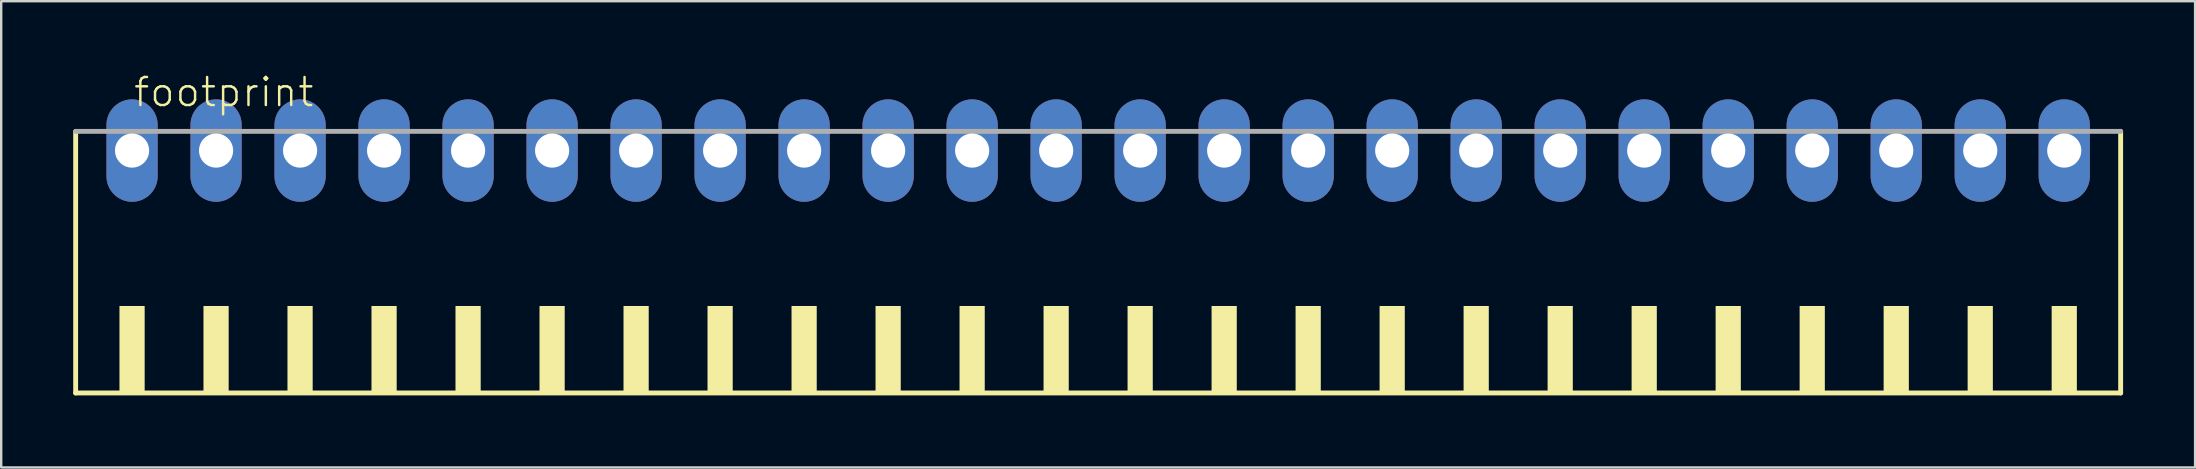
<source format=kicad_pcb>
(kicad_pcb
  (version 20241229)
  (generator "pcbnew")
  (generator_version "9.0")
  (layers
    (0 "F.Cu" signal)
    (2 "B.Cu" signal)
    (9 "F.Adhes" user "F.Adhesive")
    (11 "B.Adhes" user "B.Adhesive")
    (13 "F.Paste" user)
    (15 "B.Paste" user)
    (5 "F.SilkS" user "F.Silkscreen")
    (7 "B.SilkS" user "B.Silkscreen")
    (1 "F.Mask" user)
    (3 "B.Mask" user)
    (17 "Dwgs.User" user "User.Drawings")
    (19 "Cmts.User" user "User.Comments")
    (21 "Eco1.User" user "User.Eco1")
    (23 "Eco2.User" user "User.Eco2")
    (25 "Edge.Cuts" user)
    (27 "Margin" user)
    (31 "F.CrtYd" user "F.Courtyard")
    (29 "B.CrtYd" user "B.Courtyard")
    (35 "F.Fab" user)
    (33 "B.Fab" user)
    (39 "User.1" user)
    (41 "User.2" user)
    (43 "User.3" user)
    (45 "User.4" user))
  (footprint "footprint"
    (layer "F.Cu")
    (at 42.702 8.473)
    (property "Reference" "footprint" (at -40.25 -7 0) (layer "F.SilkS") (effects (font (size 1.168 1.168) (thickness 0.102)) (justify left bottom)))
    (fp_line (start -42.6 -6.05) (end -42.6 4.85) (stroke (width 0.203) (type solid)) (layer "F.SilkS"))
    (fp_line (start -42.6 4.85) (end 42.6 4.85) (stroke (width 0.203) (type solid)) (layer "F.SilkS"))
    (fp_line (start 42.6 4.85) (end 42.6 -6.05) (stroke (width 0.203) (type solid)) (layer "F.SilkS"))
    (fp_poly (pts (xy -40.775 4.9) (xy -39.725 4.9) (xy -39.725 1.225) (xy -40.775 1.225)) (stroke (width 0) (type solid)) (fill yes) (layer "F.SilkS"))
    (fp_poly (pts (xy -37.275 4.9) (xy -36.225 4.9) (xy -36.225 1.225) (xy -37.275 1.225)) (stroke (width 0) (type solid)) (fill yes) (layer "F.SilkS"))
    (fp_poly (pts (xy -33.775 4.9) (xy -32.725 4.9) (xy -32.725 1.225) (xy -33.775 1.225)) (stroke (width 0) (type solid)) (fill yes) (layer "F.SilkS"))
    (fp_poly (pts (xy -30.275 4.9) (xy -29.225 4.9) (xy -29.225 1.225) (xy -30.275 1.225)) (stroke (width 0) (type solid)) (fill yes) (layer "F.SilkS"))
    (fp_poly (pts (xy -26.775 4.9) (xy -25.725 4.9) (xy -25.725 1.225) (xy -26.775 1.225)) (stroke (width 0) (type solid)) (fill yes) (layer "F.SilkS"))
    (fp_poly (pts (xy -23.275 4.9) (xy -22.225 4.9) (xy -22.225 1.225) (xy -23.275 1.225)) (stroke (width 0) (type solid)) (fill yes) (layer "F.SilkS"))
    (fp_poly (pts (xy -19.775 4.9) (xy -18.725 4.9) (xy -18.725 1.225) (xy -19.775 1.225)) (stroke (width 0) (type solid)) (fill yes) (layer "F.SilkS"))
    (fp_poly (pts (xy -16.275 4.9) (xy -15.225 4.9) (xy -15.225 1.225) (xy -16.275 1.225)) (stroke (width 0) (type solid)) (fill yes) (layer "F.SilkS"))
    (fp_poly (pts (xy -12.775 4.9) (xy -11.725 4.9) (xy -11.725 1.225) (xy -12.775 1.225)) (stroke (width 0) (type solid)) (fill yes) (layer "F.SilkS"))
    (fp_poly (pts (xy -9.275 4.9) (xy -8.225 4.9) (xy -8.225 1.225) (xy -9.275 1.225)) (stroke (width 0) (type solid)) (fill yes) (layer "F.SilkS"))
    (fp_poly (pts (xy -5.775 4.9) (xy -4.725 4.9) (xy -4.725 1.225) (xy -5.775 1.225)) (stroke (width 0) (type solid)) (fill yes) (layer "F.SilkS"))
    (fp_poly (pts (xy -2.275 4.9) (xy -1.225 4.9) (xy -1.225 1.225) (xy -2.275 1.225)) (stroke (width 0) (type solid)) (fill yes) (layer "F.SilkS"))
    (fp_poly (pts (xy 1.225 4.9) (xy 2.275 4.9) (xy 2.275 1.225) (xy 1.225 1.225)) (stroke (width 0) (type solid)) (fill yes) (layer "F.SilkS"))
    (fp_poly (pts (xy 4.725 4.9) (xy 5.775 4.9) (xy 5.775 1.225) (xy 4.725 1.225)) (stroke (width 0) (type solid)) (fill yes) (layer "F.SilkS"))
    (fp_poly (pts (xy 8.225 4.9) (xy 9.275 4.9) (xy 9.275 1.225) (xy 8.225 1.225)) (stroke (width 0) (type solid)) (fill yes) (layer "F.SilkS"))
    (fp_poly (pts (xy 11.725 4.9) (xy 12.775 4.9) (xy 12.775 1.225) (xy 11.725 1.225)) (stroke (width 0) (type solid)) (fill yes) (layer "F.SilkS"))
    (fp_poly (pts (xy 15.225 4.9) (xy 16.275 4.9) (xy 16.275 1.225) (xy 15.225 1.225)) (stroke (width 0) (type solid)) (fill yes) (layer "F.SilkS"))
    (fp_poly (pts (xy 18.725 4.9) (xy 19.775 4.9) (xy 19.775 1.225) (xy 18.725 1.225)) (stroke (width 0) (type solid)) (fill yes) (layer "F.SilkS"))
    (fp_poly (pts (xy 22.225 4.9) (xy 23.275 4.9) (xy 23.275 1.225) (xy 22.225 1.225)) (stroke (width 0) (type solid)) (fill yes) (layer "F.SilkS"))
    (fp_poly (pts (xy 25.725 4.9) (xy 26.775 4.9) (xy 26.775 1.225) (xy 25.725 1.225)) (stroke (width 0) (type solid)) (fill yes) (layer "F.SilkS"))
    (fp_poly (pts (xy 29.225 4.9) (xy 30.275 4.9) (xy 30.275 1.225) (xy 29.225 1.225)) (stroke (width 0) (type solid)) (fill yes) (layer "F.SilkS"))
    (fp_poly (pts (xy 32.725 4.9) (xy 33.775 4.9) (xy 33.775 1.225) (xy 32.725 1.225)) (stroke (width 0) (type solid)) (fill yes) (layer "F.SilkS"))
    (fp_poly (pts (xy 36.225 4.9) (xy 37.275 4.9) (xy 37.275 1.225) (xy 36.225 1.225)) (stroke (width 0) (type solid)) (fill yes) (layer "F.SilkS"))
    (fp_poly (pts (xy 39.725 4.9) (xy 40.775 4.9) (xy 40.775 1.225) (xy 39.725 1.225)) (stroke (width 0) (type solid)) (fill yes) (layer "F.SilkS"))
    (fp_line (start 42.6 -6.05) (end -42.6 -6.05) (stroke (width 0.203) (type solid)) (layer "F.Fab"))
    (pad "1" thru_hole oval (at -40.25 -5.25 90) (size 4.267 2.134) (drill 1.422) (layers "*.Cu" "*.Mask"))
    (pad "2" thru_hole oval (at -36.75 -5.25 90) (size 4.267 2.134) (drill 1.422) (layers "*.Cu" "*.Mask"))
    (pad "3" thru_hole oval (at -33.25 -5.25 90) (size 4.267 2.134) (drill 1.422) (layers "*.Cu" "*.Mask"))
    (pad "4" thru_hole oval (at -29.75 -5.25 90) (size 4.267 2.134) (drill 1.422) (layers "*.Cu" "*.Mask"))
    (pad "5" thru_hole oval (at -26.25 -5.25 90) (size 4.267 2.134) (drill 1.422) (layers "*.Cu" "*.Mask"))
    (pad "6" thru_hole oval (at -22.75 -5.25 90) (size 4.267 2.134) (drill 1.422) (layers "*.Cu" "*.Mask"))
    (pad "7" thru_hole oval (at -19.25 -5.25 90) (size 4.267 2.134) (drill 1.422) (layers "*.Cu" "*.Mask"))
    (pad "8" thru_hole oval (at -15.75 -5.25 90) (size 4.267 2.134) (drill 1.422) (layers "*.Cu" "*.Mask"))
    (pad "9" thru_hole oval (at -12.25 -5.25 90) (size 4.267 2.134) (drill 1.422) (layers "*.Cu" "*.Mask"))
    (pad "10" thru_hole oval (at -8.75 -5.25 90) (size 4.267 2.134) (drill 1.422) (layers "*.Cu" "*.Mask"))
    (pad "11" thru_hole oval (at -5.25 -5.25 90) (size 4.267 2.134) (drill 1.422) (layers "*.Cu" "*.Mask"))
    (pad "12" thru_hole oval (at -1.75 -5.25 90) (size 4.267 2.134) (drill 1.422) (layers "*.Cu" "*.Mask"))
    (pad "13" thru_hole oval (at 1.75 -5.25 90) (size 4.267 2.134) (drill 1.422) (layers "*.Cu" "*.Mask"))
    (pad "14" thru_hole oval (at 5.25 -5.25 90) (size 4.267 2.134) (drill 1.422) (layers "*.Cu" "*.Mask"))
    (pad "15" thru_hole oval (at 8.75 -5.25 90) (size 4.267 2.134) (drill 1.422) (layers "*.Cu" "*.Mask"))
    (pad "16" thru_hole oval (at 12.25 -5.25 90) (size 4.267 2.134) (drill 1.422) (layers "*.Cu" "*.Mask"))
    (pad "17" thru_hole oval (at 15.75 -5.25 90) (size 4.267 2.134) (drill 1.422) (layers "*.Cu" "*.Mask"))
    (pad "18" thru_hole oval (at 19.25 -5.25 90) (size 4.267 2.134) (drill 1.422) (layers "*.Cu" "*.Mask"))
    (pad "19" thru_hole oval (at 22.75 -5.25 90) (size 4.267 2.134) (drill 1.422) (layers "*.Cu" "*.Mask"))
    (pad "20" thru_hole oval (at 26.25 -5.25 90) (size 4.267 2.134) (drill 1.422) (layers "*.Cu" "*.Mask"))
    (pad "21" thru_hole oval (at 29.75 -5.25 90) (size 4.267 2.134) (drill 1.422) (layers "*.Cu" "*.Mask"))
    (pad "22" thru_hole oval (at 33.25 -5.25 90) (size 4.267 2.134) (drill 1.422) (layers "*.Cu" "*.Mask"))
    (pad "23" thru_hole oval (at 36.75 -5.25 90) (size 4.267 2.134) (drill 1.422) (layers "*.Cu" "*.Mask"))
    (pad "24" thru_hole oval (at 40.25 -5.25 90) (size 4.267 2.134) (drill 1.422) (layers "*.Cu" "*.Mask")))
  (gr_rect
    (start -3 -3)
    (end 88.403 16.425)
    (stroke (width 0.1) (type default))
    (fill no)
    (layer "Edge.Cuts")))
</source>
